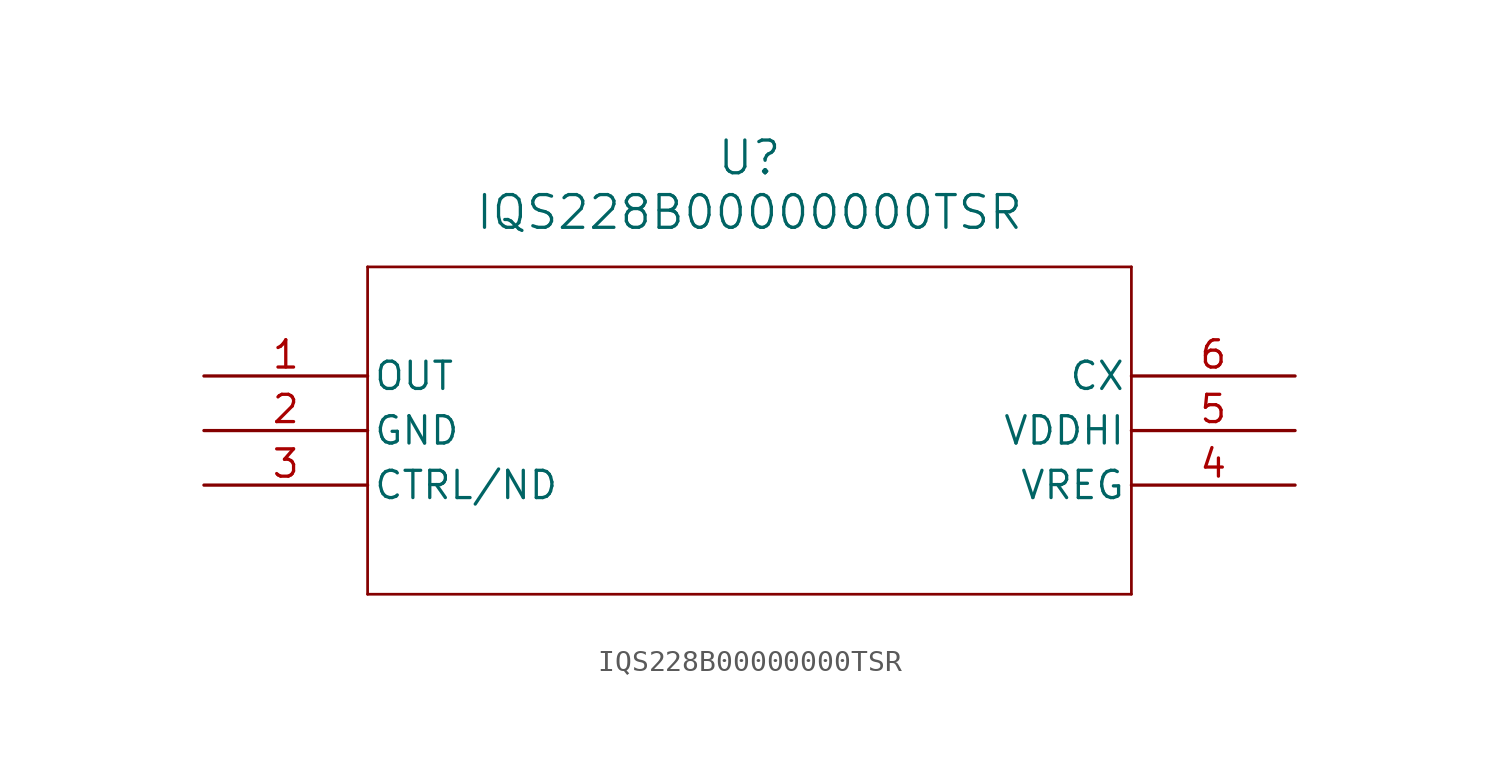
<source format=kicad_sym>
(kicad_symbol_lib
  (version 20220914)
  (generator kicad_symbol_editor)
  (symbol "IQS228B00000000TSR"
    (pin_names
      (offset 0.254))
    (property "Reference" "U"
      (at 25.4 10.16 0)
      (effects (font (size 1.524 1.524))))
    (property "Value" "IQS228B00000000TSR"
      (at 25.4 7.62 0)
      (effects (font (size 1.524 1.524))))
    (symbol "IQS228B00000000TSR_0_1"
      (polyline (pts (xy 7.62 -10.16) (xy 43.18 -10.16)) (stroke (width 0.127) (type default)) (fill (type none)))
      (polyline (pts (xy 7.62 5.08) (xy 7.62 -10.16)) (stroke (width 0.127) (type default)) (fill (type none)))
      (polyline (pts (xy 43.18 -10.16) (xy 43.18 5.08)) (stroke (width 0.127) (type default)) (fill (type none)))
      (polyline (pts (xy 43.18 5.08) (xy 7.62 5.08)) (stroke (width 0.127) (type default)) (fill (type none)))
      (pin output line (at 0 0 0) (length 7.62) (name "OUT" (effects (font (size 1.27 1.27)))) (number "1" (effects (font (size 1.27 1.27)))))
      (pin power_out line (at 0 -2.54 0) (length 7.62) (name "GND" (effects (font (size 1.27 1.27)))) (number "2" (effects (font (size 1.27 1.27)))))
      (pin bidirectional line (at 0 -5.08 0) (length 7.62) (name "CTRL/ND" (effects (font (size 1.27 1.27)))) (number "3" (effects (font (size 1.27 1.27)))))
      (pin unspecified line (at 50.8 -5.08 180) (length 7.62) (name "VREG" (effects (font (size 1.27 1.27)))) (number "4" (effects (font (size 1.27 1.27)))))
      (pin power_in line (at 50.8 -2.54 180) (length 7.62) (name "VDDHI" (effects (font (size 1.27 1.27)))) (number "5" (effects (font (size 1.27 1.27)))))
      (pin unspecified line (at 50.8 0 180) (length 7.62) (name "CX" (effects (font (size 1.27 1.27)))) (number "6" (effects (font (size 1.27 1.27))))))))
</source>
